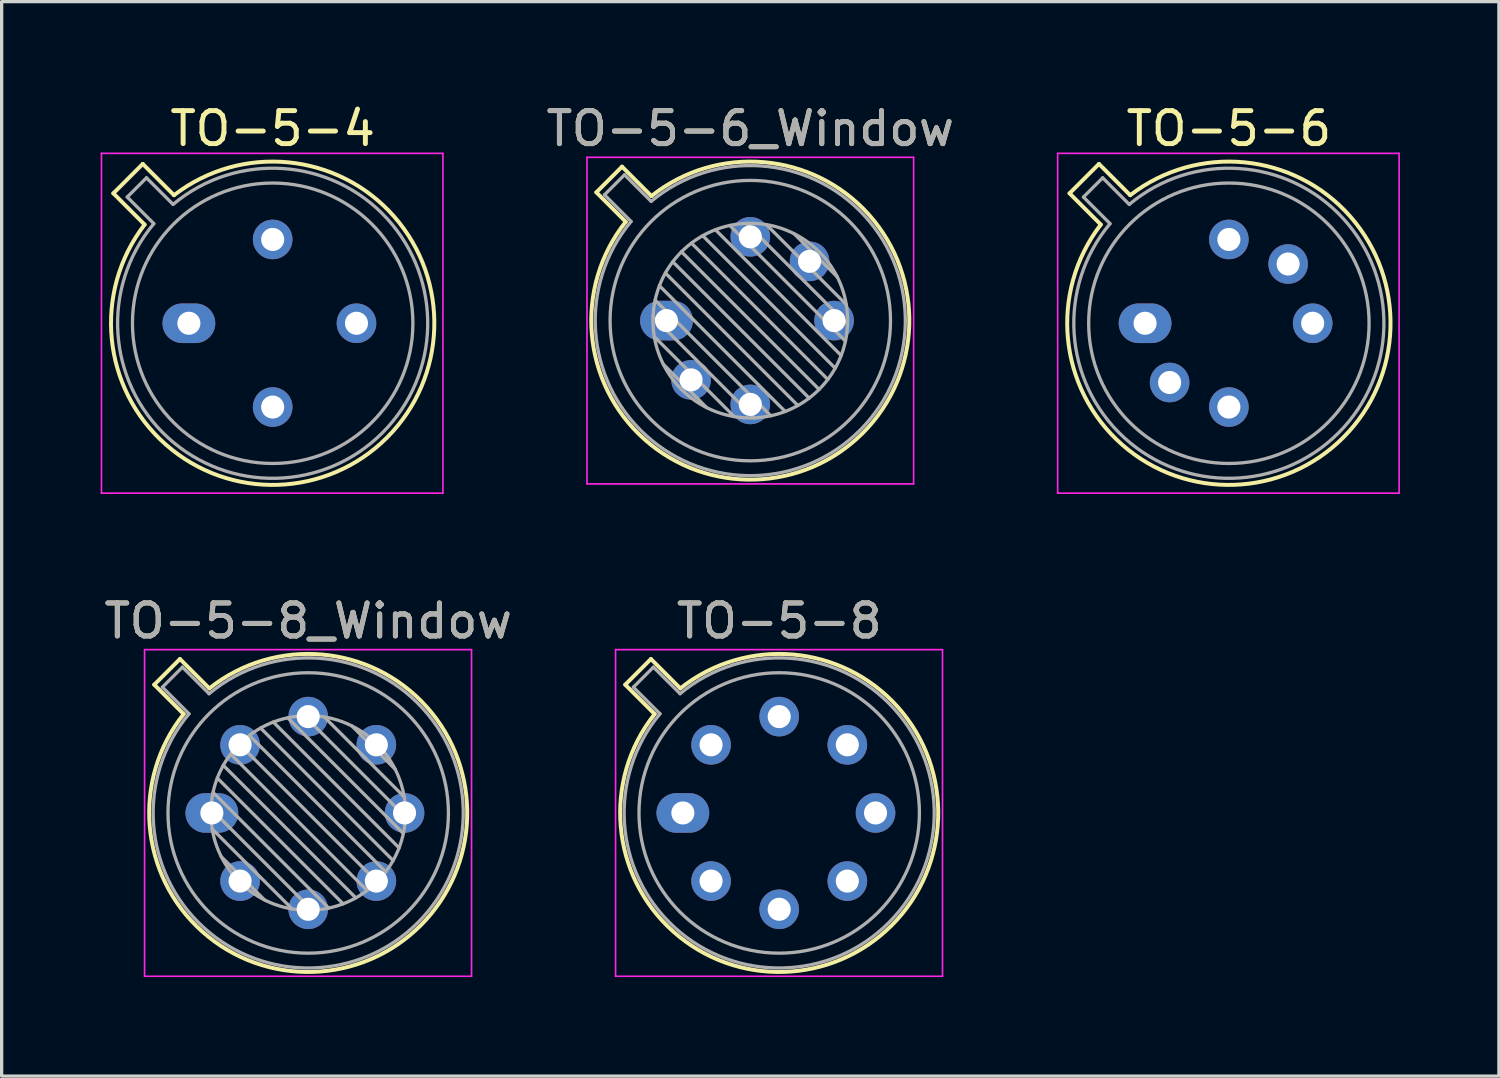
<source format=kicad_pcb>
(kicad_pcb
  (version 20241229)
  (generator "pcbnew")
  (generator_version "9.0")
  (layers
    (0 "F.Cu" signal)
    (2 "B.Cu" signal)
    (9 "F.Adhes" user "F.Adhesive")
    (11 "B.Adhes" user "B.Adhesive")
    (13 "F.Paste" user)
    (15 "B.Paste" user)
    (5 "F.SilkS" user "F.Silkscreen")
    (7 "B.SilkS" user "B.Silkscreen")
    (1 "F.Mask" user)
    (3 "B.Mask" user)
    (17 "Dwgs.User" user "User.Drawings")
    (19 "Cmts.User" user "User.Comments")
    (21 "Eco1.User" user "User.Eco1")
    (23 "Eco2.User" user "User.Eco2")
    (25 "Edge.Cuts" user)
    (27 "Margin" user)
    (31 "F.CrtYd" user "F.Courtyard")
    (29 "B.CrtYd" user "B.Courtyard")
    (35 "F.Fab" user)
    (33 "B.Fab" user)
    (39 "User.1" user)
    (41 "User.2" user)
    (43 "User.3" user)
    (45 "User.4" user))
  (footprint "TO-5-4"
    (layer "F.Cu")
    (at 2.675 6.748)
    (property "Reference" "TO-5-4" (at 2.54 -5.9 0) (layer "F.SilkS") (effects (font (size 1 1) (thickness 0.15))))
    (attr through_hole)
    (fp_line (start -2.289 -3.938) (end -1.342 -2.991) (stroke (width 0.12) (type solid)) (layer "F.SilkS"))
    (fp_line (start -1.398 -4.829) (end -2.289 -3.938) (stroke (width 0.12) (type solid)) (layer "F.SilkS"))
    (fp_line (start -0.451 -3.882) (end -1.398 -4.829) (stroke (width 0.12) (type solid)) (layer "F.SilkS"))
    (fp_arc (start -0.450589 -3.881543) (mid 6.005607 3.46404) (end -1.342895 -2.988833) (stroke (width 0.12) (type solid)) (layer "F.SilkS"))
    (fp_line (start -2.65 -5.15) (end -2.65 5.15) (stroke (width 0.05) (type solid)) (layer "F.CrtYd"))
    (fp_line (start -2.65 5.15) (end 7.7 5.15) (stroke (width 0.05) (type solid)) (layer "F.CrtYd"))
    (fp_line (start 7.7 -5.15) (end -2.65 -5.15) (stroke (width 0.05) (type solid)) (layer "F.CrtYd"))
    (fp_line (start 7.7 5.15) (end 7.7 -5.15) (stroke (width 0.05) (type solid)) (layer "F.CrtYd"))
    (fp_line (start -1.868 -3.825) (end -1.062 -3.019) (stroke (width 0.1) (type solid)) (layer "F.Fab"))
    (fp_line (start -1.285 -4.408) (end -1.868 -3.825) (stroke (width 0.1) (type solid)) (layer "F.Fab"))
    (fp_line (start -0.479 -3.602) (end -1.285 -4.408) (stroke (width 0.1) (type solid)) (layer "F.Fab"))
    (fp_arc (start -0.478935 -3.602226) (mid 5.864303 3.322501) (end -1.063862 -3.016982) (stroke (width 0.1) (type solid)) (layer "F.Fab"))
    (fp_circle (center 2.54 0) (end 6.79 0) (stroke (width 0.1) (type solid)) (fill no) (layer "F.Fab"))
    (pad "1" thru_hole oval (at 0 0) (size 1.6 1.2) (drill 0.7) (layers "*.Cu" "*.Mask"))
    (pad "2" thru_hole oval (at 2.54 2.54) (size 1.2 1.2) (drill 0.7) (layers "*.Cu" "*.Mask"))
    (pad "3" thru_hole oval (at 5.08 0) (size 1.2 1.2) (drill 0.7) (layers "*.Cu" "*.Mask"))
    (pad "4" thru_hole oval (at 2.54 -2.54) (size 1.2 1.2) (drill 0.7) (layers "*.Cu" "*.Mask")))
  (footprint "TO-5-8"
    (layer "F.Cu")
    (at 17.648 21.591)
    (property "Reference" "TO-5-8" (at 2.92 -5.82 0) (layer "F.SilkS") (effects (font (size 1 1) (thickness 0.15))))
    (attr through_hole)
    (fp_line (start -1.746 -3.888) (end -0.855 -2.997) (stroke (width 0.12) (type solid)) (layer "F.SilkS"))
    (fp_line (start -0.968 -4.666) (end -1.746 -3.888) (stroke (width 0.12) (type solid)) (layer "F.SilkS"))
    (fp_line (start -0.077 -3.775) (end -0.968 -4.666) (stroke (width 0.12) (type solid)) (layer "F.SilkS"))
    (fp_arc (start -0.077084 -3.774902) (mid 6.328125 3.408384) (end -0.854674 -2.997371) (stroke (width 0.12) (type solid)) (layer "F.SilkS"))
    (fp_line (start -2.04 -4.95) (end -2.04 4.95) (stroke (width 0.05) (type solid)) (layer "F.CrtYd"))
    (fp_line (start -2.04 4.95) (end 7.87 4.95) (stroke (width 0.05) (type solid)) (layer "F.CrtYd"))
    (fp_line (start 7.87 -4.95) (end -2.04 -4.95) (stroke (width 0.05) (type solid)) (layer "F.CrtYd"))
    (fp_line (start 7.87 4.95) (end 7.87 -4.95) (stroke (width 0.05) (type solid)) (layer "F.CrtYd"))
    (fp_line (start -1.5 -3.812) (end -0.694 -3.005) (stroke (width 0.1) (type solid)) (layer "F.Fab"))
    (fp_line (start -0.892 -4.42) (end -1.5 -3.812) (stroke (width 0.1) (type solid)) (layer "F.Fab"))
    (fp_line (start -0.085 -3.614) (end -0.892 -4.42) (stroke (width 0.1) (type solid)) (layer "F.Fab"))
    (fp_arc (start -0.085408 -3.61352) (mid 6.243443 3.323361) (end -0.693594 -3.005319) (stroke (width 0.1) (type solid)) (layer "F.Fab"))
    (fp_circle (center 2.92 0) (end 7.17 0) (stroke (width 0.1) (type solid)) (fill no) (layer "F.Fab"))
    (fp_text user "${REFERENCE}" (at 2.92 -5.82 0) (layer "F.Fab") (effects (font (size 1 1) (thickness 0.15))))
    (pad "1" thru_hole oval (at 0 0) (size 1.6 1.2) (drill 0.7) (layers "*.Cu" "*.Mask"))
    (pad "2" thru_hole oval (at 0.855 2.065) (size 1.2 1.2) (drill 0.7) (layers "*.Cu" "*.Mask"))
    (pad "3" thru_hole oval (at 2.92 2.92) (size 1.2 1.2) (drill 0.7) (layers "*.Cu" "*.Mask"))
    (pad "4" thru_hole oval (at 4.985 2.065) (size 1.2 1.2) (drill 0.7) (layers "*.Cu" "*.Mask"))
    (pad "5" thru_hole oval (at 5.84 0) (size 1.2 1.2) (drill 0.7) (layers "*.Cu" "*.Mask"))
    (pad "6" thru_hole oval (at 4.985 -2.065) (size 1.2 1.2) (drill 0.7) (layers "*.Cu" "*.Mask"))
    (pad "7" thru_hole oval (at 2.92 -2.92) (size 1.2 1.2) (drill 0.7) (layers "*.Cu" "*.Mask"))
    (pad "8" thru_hole oval (at 0.855 -2.065) (size 1.2 1.2) (drill 0.7) (layers "*.Cu" "*.Mask")))
  (footprint "TO-5-6"
    (layer "F.Cu")
    (at 31.658 6.748)
    (property "Reference" "TO-5-6" (at 2.54 -5.9 0) (layer "F.SilkS") (effects (font (size 1 1) (thickness 0.15))))
    (attr through_hole)
    (fp_line (start -2.289 -3.938) (end -1.342 -2.991) (stroke (width 0.12) (type solid)) (layer "F.SilkS"))
    (fp_line (start -1.398 -4.829) (end -2.289 -3.938) (stroke (width 0.12) (type solid)) (layer "F.SilkS"))
    (fp_line (start -0.451 -3.882) (end -1.398 -4.829) (stroke (width 0.12) (type solid)) (layer "F.SilkS"))
    (fp_arc (start -0.450589 -3.881543) (mid 6.005607 3.46404) (end -1.342895 -2.988833) (stroke (width 0.12) (type solid)) (layer "F.SilkS"))
    (fp_line (start -2.65 -5.15) (end -2.65 5.15) (stroke (width 0.05) (type solid)) (layer "F.CrtYd"))
    (fp_line (start -2.65 5.15) (end 7.7 5.15) (stroke (width 0.05) (type solid)) (layer "F.CrtYd"))
    (fp_line (start 7.7 -5.15) (end -2.65 -5.15) (stroke (width 0.05) (type solid)) (layer "F.CrtYd"))
    (fp_line (start 7.7 5.15) (end 7.7 -5.15) (stroke (width 0.05) (type solid)) (layer "F.CrtYd"))
    (fp_line (start -1.868 -3.825) (end -1.062 -3.019) (stroke (width 0.1) (type solid)) (layer "F.Fab"))
    (fp_line (start -1.285 -4.408) (end -1.868 -3.825) (stroke (width 0.1) (type solid)) (layer "F.Fab"))
    (fp_line (start -0.479 -3.602) (end -1.285 -4.408) (stroke (width 0.1) (type solid)) (layer "F.Fab"))
    (fp_arc (start -0.478935 -3.602226) (mid 5.864303 3.322501) (end -1.063862 -3.016982) (stroke (width 0.1) (type solid)) (layer "F.Fab"))
    (fp_circle (center 2.54 0) (end 6.79 0) (stroke (width 0.1) (type solid)) (fill no) (layer "F.Fab"))
    (pad "1" thru_hole oval (at 0 0) (size 1.6 1.2) (drill 0.7) (layers "*.Cu" "*.Mask"))
    (pad "2" thru_hole oval (at 0.744 1.796) (size 1.2 1.2) (drill 0.7) (layers "*.Cu" "*.Mask"))
    (pad "3" thru_hole oval (at 2.54 2.54) (size 1.2 1.2) (drill 0.7) (layers "*.Cu" "*.Mask"))
    (pad "4" thru_hole oval (at 5.08 0) (size 1.2 1.2) (drill 0.7) (layers "*.Cu" "*.Mask"))
    (pad "5" thru_hole oval (at 4.336 -1.796) (size 1.2 1.2) (drill 0.7) (layers "*.Cu" "*.Mask"))
    (pad "6" thru_hole oval (at 2.54 -2.54) (size 1.2 1.2) (drill 0.7) (layers "*.Cu" "*.Mask")))
  (footprint "TO-5-8_Window"
    (layer "F.Cu")
    (at 3.372 21.591)
    (property "Reference" "TO-5-8_Window" (at 2.92 -5.82 0) (layer "F.SilkS") (effects (font (size 1 1) (thickness 0.15))))
    (attr through_hole)
    (fp_line (start -1.746 -3.888) (end -0.855 -2.997) (stroke (width 0.12) (type solid)) (layer "F.SilkS"))
    (fp_line (start -0.968 -4.666) (end -1.746 -3.888) (stroke (width 0.12) (type solid)) (layer "F.SilkS"))
    (fp_line (start -0.077 -3.775) (end -0.968 -4.666) (stroke (width 0.12) (type solid)) (layer "F.SilkS"))
    (fp_arc (start -0.077084 -3.774902) (mid 6.328125 3.408384) (end -0.854674 -2.997371) (stroke (width 0.12) (type solid)) (layer "F.SilkS"))
    (fp_line (start -2.04 -4.95) (end -2.04 4.95) (stroke (width 0.05) (type solid)) (layer "F.CrtYd"))
    (fp_line (start -2.04 4.95) (end 7.87 4.95) (stroke (width 0.05) (type solid)) (layer "F.CrtYd"))
    (fp_line (start 7.87 -4.95) (end -2.04 -4.95) (stroke (width 0.05) (type solid)) (layer "F.CrtYd"))
    (fp_line (start 7.87 4.95) (end 7.87 -4.95) (stroke (width 0.05) (type solid)) (layer "F.CrtYd"))
    (fp_line (start -1.5 -3.812) (end -0.694 -3.005) (stroke (width 0.1) (type solid)) (layer "F.Fab"))
    (fp_line (start -0.892 -4.42) (end -1.5 -3.812) (stroke (width 0.1) (type solid)) (layer "F.Fab"))
    (fp_line (start -0.085 -3.614) (end -0.892 -4.42) (stroke (width 0.1) (type solid)) (layer "F.Fab"))
    (fp_line (start -0.028 -0.12) (end 3.04 2.948) (stroke (width 0.1) (type solid)) (layer "F.Fab"))
    (fp_line (start 0.009 0.485) (end 2.435 2.911) (stroke (width 0.1) (type solid)) (layer "F.Fab"))
    (fp_line (start 0.036 -0.622) (end 3.542 2.884) (stroke (width 0.1) (type solid)) (layer "F.Fab"))
    (fp_line (start 0.165 -1.058) (end 3.978 2.755) (stroke (width 0.1) (type solid)) (layer "F.Fab"))
    (fp_line (start 0.283 1.324) (end 1.596 2.637) (stroke (width 0.1) (type solid)) (layer "F.Fab"))
    (fp_line (start 0.346 -1.443) (end 4.363 2.574) (stroke (width 0.1) (type solid)) (layer "F.Fab"))
    (fp_line (start 0.57 -1.784) (end 4.704 2.35) (stroke (width 0.1) (type solid)) (layer "F.Fab"))
    (fp_line (start 0.834 -2.086) (end 5.006 2.086) (stroke (width 0.1) (type solid)) (layer "F.Fab"))
    (fp_line (start 1.136 -2.35) (end 5.27 1.784) (stroke (width 0.1) (type solid)) (layer "F.Fab"))
    (fp_line (start 1.477 -2.574) (end 5.494 1.443) (stroke (width 0.1) (type solid)) (layer "F.Fab"))
    (fp_line (start 1.862 -2.755) (end 5.675 1.058) (stroke (width 0.1) (type solid)) (layer "F.Fab"))
    (fp_line (start 2.298 -2.884) (end 5.804 0.622) (stroke (width 0.1) (type solid)) (layer "F.Fab"))
    (fp_line (start 2.8 -2.948) (end 5.868 0.12) (stroke (width 0.1) (type solid)) (layer "F.Fab"))
    (fp_line (start 3.405 -2.911) (end 5.831 -0.485) (stroke (width 0.1) (type solid)) (layer "F.Fab"))
    (fp_line (start 4.244 -2.637) (end 5.557 -1.324) (stroke (width 0.1) (type solid)) (layer "F.Fab"))
    (fp_arc (start -0.085408 -3.61352) (mid 6.243443 3.323361) (end -0.693594 -3.005319) (stroke (width 0.1) (type solid)) (layer "F.Fab"))
    (fp_circle (center 2.92 0) (end 5.87 0) (stroke (width 0.1) (type solid)) (fill no) (layer "F.Fab"))
    (fp_circle (center 2.92 0) (end 7.17 0) (stroke (width 0.1) (type solid)) (fill no) (layer "F.Fab"))
    (fp_text user "${REFERENCE}" (at 2.92 -5.82 0) (layer "F.Fab") (effects (font (size 1 1) (thickness 0.15))))
    (pad "1" thru_hole oval (at 0 0) (size 1.6 1.2) (drill 0.7) (layers "*.Cu" "*.Mask"))
    (pad "2" thru_hole oval (at 0.855 2.065) (size 1.2 1.2) (drill 0.7) (layers "*.Cu" "*.Mask"))
    (pad "3" thru_hole oval (at 2.92 2.92) (size 1.2 1.2) (drill 0.7) (layers "*.Cu" "*.Mask"))
    (pad "4" thru_hole oval (at 4.985 2.065) (size 1.2 1.2) (drill 0.7) (layers "*.Cu" "*.Mask"))
    (pad "5" thru_hole oval (at 5.84 0) (size 1.2 1.2) (drill 0.7) (layers "*.Cu" "*.Mask"))
    (pad "6" thru_hole oval (at 4.985 -2.065) (size 1.2 1.2) (drill 0.7) (layers "*.Cu" "*.Mask"))
    (pad "7" thru_hole oval (at 2.92 -2.92) (size 1.2 1.2) (drill 0.7) (layers "*.Cu" "*.Mask"))
    (pad "8" thru_hole oval (at 0.855 -2.065) (size 1.2 1.2) (drill 0.7) (layers "*.Cu" "*.Mask")))
  (footprint "TO-5-6_Window"
    (layer "F.Cu")
    (at 17.152 6.668)
    (property "Reference" "TO-5-6_Window" (at 2.54 -5.82 0) (layer "F.SilkS") (effects (font (size 1 1) (thickness 0.15))))
    (attr through_hole)
    (fp_line (start -2.126 -3.888) (end -1.235 -2.997) (stroke (width 0.12) (type solid)) (layer "F.SilkS"))
    (fp_line (start -1.348 -4.666) (end -2.126 -3.888) (stroke (width 0.12) (type solid)) (layer "F.SilkS"))
    (fp_line (start -0.457 -3.775) (end -1.348 -4.666) (stroke (width 0.12) (type solid)) (layer "F.SilkS"))
    (fp_arc (start -0.457084 -3.774902) (mid 5.948125 3.408384) (end -1.234674 -2.997371) (stroke (width 0.12) (type solid)) (layer "F.SilkS"))
    (fp_line (start -2.41 -4.95) (end -2.41 4.95) (stroke (width 0.05) (type solid)) (layer "F.CrtYd"))
    (fp_line (start -2.41 4.95) (end 7.49 4.95) (stroke (width 0.05) (type solid)) (layer "F.CrtYd"))
    (fp_line (start 7.49 -4.95) (end -2.41 -4.95) (stroke (width 0.05) (type solid)) (layer "F.CrtYd"))
    (fp_line (start 7.49 4.95) (end 7.49 -4.95) (stroke (width 0.05) (type solid)) (layer "F.CrtYd"))
    (fp_line (start -1.88 -3.812) (end -1.074 -3.005) (stroke (width 0.1) (type solid)) (layer "F.Fab"))
    (fp_line (start -1.272 -4.42) (end -1.88 -3.812) (stroke (width 0.1) (type solid)) (layer "F.Fab"))
    (fp_line (start -0.465 -3.614) (end -1.272 -4.42) (stroke (width 0.1) (type solid)) (layer "F.Fab"))
    (fp_line (start -0.408 -0.12) (end 2.66 2.948) (stroke (width 0.1) (type solid)) (layer "F.Fab"))
    (fp_line (start -0.371 0.485) (end 2.055 2.911) (stroke (width 0.1) (type solid)) (layer "F.Fab"))
    (fp_line (start -0.344 -0.622) (end 3.162 2.884) (stroke (width 0.1) (type solid)) (layer "F.Fab"))
    (fp_line (start -0.215 -1.058) (end 3.598 2.755) (stroke (width 0.1) (type solid)) (layer "F.Fab"))
    (fp_line (start -0.097 1.324) (end 1.216 2.637) (stroke (width 0.1) (type solid)) (layer "F.Fab"))
    (fp_line (start -0.034 -1.443) (end 3.983 2.574) (stroke (width 0.1) (type solid)) (layer "F.Fab"))
    (fp_line (start 0.19 -1.784) (end 4.324 2.35) (stroke (width 0.1) (type solid)) (layer "F.Fab"))
    (fp_line (start 0.454 -2.086) (end 4.626 2.086) (stroke (width 0.1) (type solid)) (layer "F.Fab"))
    (fp_line (start 0.756 -2.35) (end 4.89 1.784) (stroke (width 0.1) (type solid)) (layer "F.Fab"))
    (fp_line (start 1.097 -2.574) (end 5.114 1.443) (stroke (width 0.1) (type solid)) (layer "F.Fab"))
    (fp_line (start 1.482 -2.755) (end 5.295 1.058) (stroke (width 0.1) (type solid)) (layer "F.Fab"))
    (fp_line (start 1.918 -2.884) (end 5.424 0.622) (stroke (width 0.1) (type solid)) (layer "F.Fab"))
    (fp_line (start 2.42 -2.948) (end 5.488 0.12) (stroke (width 0.1) (type solid)) (layer "F.Fab"))
    (fp_line (start 3.025 -2.911) (end 5.451 -0.485) (stroke (width 0.1) (type solid)) (layer "F.Fab"))
    (fp_line (start 3.864 -2.637) (end 5.177 -1.324) (stroke (width 0.1) (type solid)) (layer "F.Fab"))
    (fp_arc (start -0.465408 -3.61352) (mid 5.863443 3.323361) (end -1.073594 -3.005319) (stroke (width 0.1) (type solid)) (layer "F.Fab"))
    (fp_circle (center 2.54 0) (end 5.49 0) (stroke (width 0.1) (type solid)) (fill no) (layer "F.Fab"))
    (fp_circle (center 2.54 0) (end 6.79 0) (stroke (width 0.1) (type solid)) (fill no) (layer "F.Fab"))
    (fp_text user "${REFERENCE}" (at 2.54 -5.82 0) (layer "F.Fab") (effects (font (size 1 1) (thickness 0.15))))
    (pad "1" thru_hole oval (at 0 0) (size 1.6 1.2) (drill 0.7) (layers "*.Cu" "*.Mask"))
    (pad "2" thru_hole oval (at 0.744 1.796) (size 1.2 1.2) (drill 0.7) (layers "*.Cu" "*.Mask"))
    (pad "3" thru_hole oval (at 2.54 2.54) (size 1.2 1.2) (drill 0.7) (layers "*.Cu" "*.Mask"))
    (pad "4" thru_hole oval (at 5.08 0) (size 1.2 1.2) (drill 0.7) (layers "*.Cu" "*.Mask"))
    (pad "5" thru_hole oval (at 4.336 -1.796) (size 1.2 1.2) (drill 0.7) (layers "*.Cu" "*.Mask"))
    (pad "6" thru_hole oval (at 2.54 -2.54) (size 1.2 1.2) (drill 0.7) (layers "*.Cu" "*.Mask")))
  (gr_rect
    (start -3 -3)
    (end 42.383 29.567)
    (stroke (width 0.1) (type default))
    (fill no)
    (layer "Edge.Cuts")))
</source>
